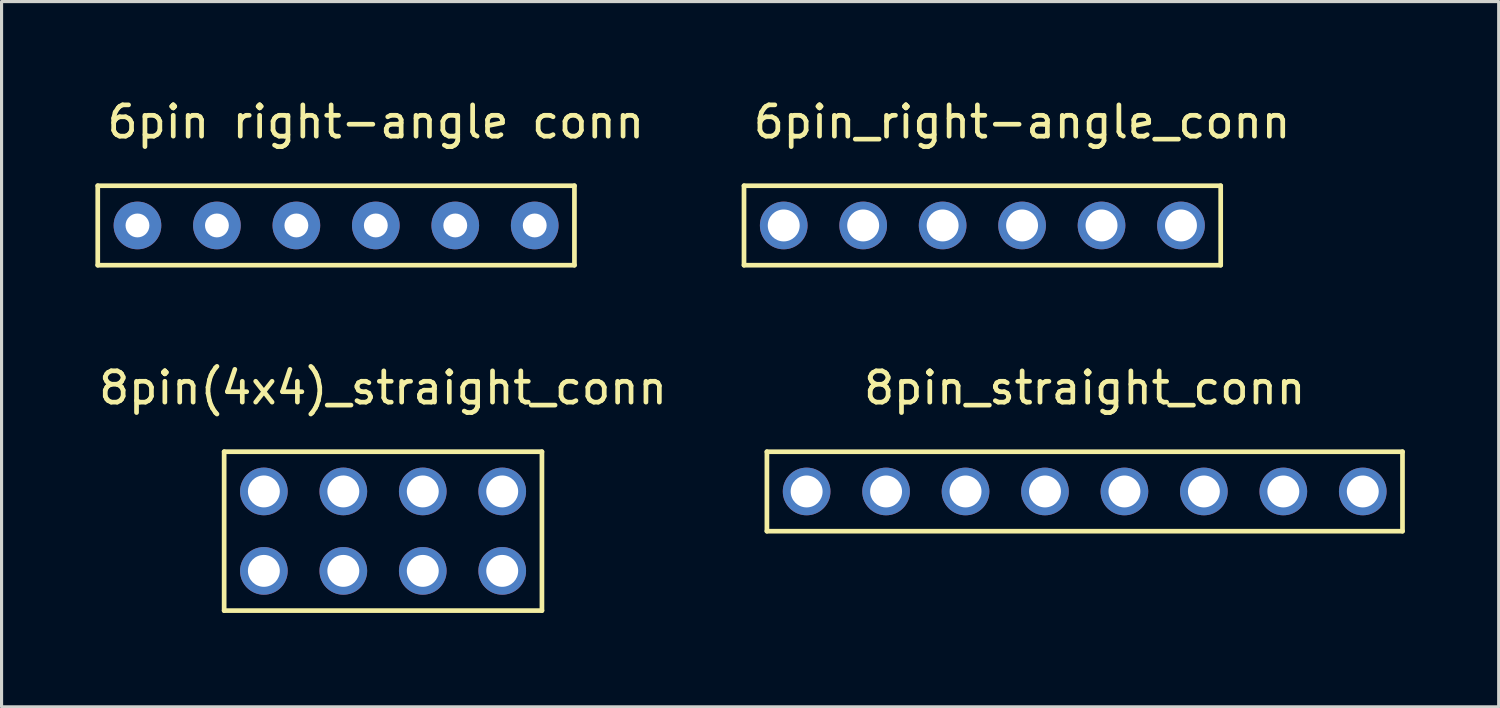
<source format=kicad_pcb>
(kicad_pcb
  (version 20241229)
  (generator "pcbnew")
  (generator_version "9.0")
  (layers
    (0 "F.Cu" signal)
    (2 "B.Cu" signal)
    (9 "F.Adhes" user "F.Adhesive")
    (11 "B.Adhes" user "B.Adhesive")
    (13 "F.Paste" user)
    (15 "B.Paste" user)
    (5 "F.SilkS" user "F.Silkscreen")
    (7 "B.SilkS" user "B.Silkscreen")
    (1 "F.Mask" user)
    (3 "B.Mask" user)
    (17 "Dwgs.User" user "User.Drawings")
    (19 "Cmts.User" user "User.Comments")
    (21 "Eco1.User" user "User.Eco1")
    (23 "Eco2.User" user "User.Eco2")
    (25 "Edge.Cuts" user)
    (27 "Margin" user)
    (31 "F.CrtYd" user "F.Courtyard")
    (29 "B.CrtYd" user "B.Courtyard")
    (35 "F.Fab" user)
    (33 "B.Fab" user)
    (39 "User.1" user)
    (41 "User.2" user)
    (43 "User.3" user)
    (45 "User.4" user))
  (footprint "8pin_straight_conn"
    (layer "F.Cu")
    (at 31.628 12.662)
    (property "Reference" "8pin_straight_conn" (at 0 -3.31 0) (layer "F.SilkS") (effects (font (size 1 1) (thickness 0.15))))
    (attr through_hole)
    (fp_line (start -10.16 -1.27) (end -10.16 1.27) (stroke (width 0.15) (type solid)) (layer "F.SilkS"))
    (fp_line (start -10.16 1.27) (end 10.16 1.27) (stroke (width 0.15) (type solid)) (layer "F.SilkS"))
    (fp_line (start 10.16 -1.27) (end -10.16 -1.27) (stroke (width 0.15) (type solid)) (layer "F.SilkS"))
    (fp_line (start 10.16 1.27) (end 10.16 -1.27) (stroke (width 0.15) (type solid)) (layer "F.SilkS"))
    (pad "1" thru_hole circle (at -8.89 0) (size 1.524 1.524) (drill 1.02) (layers "*.Cu" "*.Mask"))
    (pad "2" thru_hole circle (at -6.35 0) (size 1.524 1.524) (drill 1.02) (layers "*.Cu" "*.Mask"))
    (pad "3" thru_hole circle (at -3.81 0) (size 1.524 1.524) (drill 1.02) (layers "*.Cu" "*.Mask"))
    (pad "4" thru_hole circle (at -1.27 0) (size 1.524 1.524) (drill 1.02) (layers "*.Cu" "*.Mask"))
    (pad "5" thru_hole circle (at 1.27 0) (size 1.524 1.524) (drill 1.02) (layers "*.Cu" "*.Mask"))
    (pad "6" thru_hole circle (at 3.81 0) (size 1.524 1.524) (drill 1.02) (layers "*.Cu" "*.Mask"))
    (pad "7" thru_hole circle (at 6.35 0) (size 1.524 1.524) (drill 1.02) (layers "*.Cu" "*.Mask"))
    (pad "8" thru_hole circle (at 8.89 0) (size 1.524 1.524) (drill 1.02) (layers "*.Cu" "*.Mask")))
  (footprint "6pin_right-angle_conn"
    (layer "F.Cu")
    (at 28.356 4.158)
    (property "Reference" "6pin_right-angle_conn" (at 1.27 -3.31 0) (layer "F.SilkS") (effects (font (size 1 1) (thickness 0.15))))
    (attr through_hole)
    (fp_line (start -7.62 -1.27) (end -7.62 1.27) (stroke (width 0.15) (type solid)) (layer "F.SilkS"))
    (fp_line (start -7.62 1.27) (end 7.62 1.27) (stroke (width 0.15) (type solid)) (layer "F.SilkS"))
    (fp_line (start 7.62 -1.27) (end -7.62 -1.27) (stroke (width 0.15) (type solid)) (layer "F.SilkS"))
    (fp_line (start 7.62 1.27) (end 7.62 -1.27) (stroke (width 0.15) (type solid)) (layer "F.SilkS"))
    (pad "1" thru_hole circle (at -6.35 0) (size 1.524 1.524) (drill 1.02) (layers "*.Cu" "*.Mask"))
    (pad "2" thru_hole circle (at -3.81 0) (size 1.524 1.524) (drill 1.02) (layers "*.Cu" "*.Mask"))
    (pad "3" thru_hole circle (at -1.27 0) (size 1.524 1.524) (drill 1.02) (layers "*.Cu" "*.Mask"))
    (pad "4" thru_hole circle (at 1.27 0) (size 1.524 1.524) (drill 1.02) (layers "*.Cu" "*.Mask"))
    (pad "5" thru_hole circle (at 3.81 0) (size 1.524 1.524) (drill 1.02) (layers "*.Cu" "*.Mask"))
    (pad "6" thru_hole circle (at 6.35 0) (size 1.524 1.524) (drill 1.02) (layers "*.Cu" "*.Mask")))
  (footprint "8pin(4x4)_straight_conn"
    (layer "F.Cu")
    (at 9.196 13.931)
    (property "Reference" "8pin(4x4)_straight_conn" (at 0 -4.58 0) (layer "F.SilkS") (effects (font (size 1 1) (thickness 0.15))))
    (attr through_hole)
    (fp_line (start -5.08 -2.54) (end -5.08 2.54) (stroke (width 0.15) (type solid)) (layer "F.SilkS"))
    (fp_line (start -5.08 2.54) (end 5.08 2.54) (stroke (width 0.15) (type solid)) (layer "F.SilkS"))
    (fp_line (start 5.08 -2.54) (end -5.08 -2.54) (stroke (width 0.15) (type solid)) (layer "F.SilkS"))
    (fp_line (start 5.08 2.54) (end 5.08 -2.54) (stroke (width 0.15) (type solid)) (layer "F.SilkS"))
    (pad "1" thru_hole circle (at -3.81 1.27) (size 1.524 1.524) (drill 1.02) (layers "*.Cu" "*.Mask"))
    (pad "2" thru_hole circle (at -1.27 1.27) (size 1.524 1.524) (drill 1.02) (layers "*.Cu" "*.Mask"))
    (pad "3" thru_hole circle (at 1.27 1.27) (size 1.524 1.524) (drill 1.02) (layers "*.Cu" "*.Mask"))
    (pad "4" thru_hole circle (at 3.81 1.27) (size 1.524 1.524) (drill 1.02) (layers "*.Cu" "*.Mask"))
    (pad "5" thru_hole circle (at 3.81 -1.27) (size 1.524 1.524) (drill 1.02) (layers "*.Cu" "*.Mask"))
    (pad "6" thru_hole circle (at 1.27 -1.27) (size 1.524 1.524) (drill 1.02) (layers "*.Cu" "*.Mask"))
    (pad "7" thru_hole circle (at -1.27 -1.27) (size 1.524 1.524) (drill 1.02) (layers "*.Cu" "*.Mask"))
    (pad "8" thru_hole circle (at -3.81 -1.27) (size 1.524 1.524) (drill 1.02) (layers "*.Cu" "*.Mask")))
  (footprint "6pin right-angle conn"
    (layer "F.Cu")
    (at 7.695 4.158)
    (property "Reference" "6pin right-angle conn" (at 1.27 -3.31 0) (layer "F.SilkS") (effects (font (size 1 1) (thickness 0.15))))
    (attr through_hole)
    (fp_line (start -7.62 -1.27) (end -7.62 1.27) (stroke (width 0.15) (type solid)) (layer "F.SilkS"))
    (fp_line (start -7.62 1.27) (end 7.62 1.27) (stroke (width 0.15) (type solid)) (layer "F.SilkS"))
    (fp_line (start 7.62 -1.27) (end -7.62 -1.27) (stroke (width 0.15) (type solid)) (layer "F.SilkS"))
    (fp_line (start 7.62 1.27) (end 7.62 -1.27) (stroke (width 0.15) (type solid)) (layer "F.SilkS"))
    (pad "1" thru_hole circle (at -6.35 0) (size 1.524 1.524) (drill 0.762) (layers "*.Cu" "*.Mask"))
    (pad "2" thru_hole circle (at -3.81 0) (size 1.524 1.524) (drill 0.762) (layers "*.Cu" "*.Mask"))
    (pad "3" thru_hole circle (at -1.27 0) (size 1.524 1.524) (drill 0.762) (layers "*.Cu" "*.Mask"))
    (pad "4" thru_hole circle (at 1.27 0) (size 1.524 1.524) (drill 0.762) (layers "*.Cu" "*.Mask"))
    (pad "5" thru_hole circle (at 3.81 0) (size 1.524 1.524) (drill 0.762) (layers "*.Cu" "*.Mask"))
    (pad "6" thru_hole circle (at 6.35 0) (size 1.524 1.524) (drill 0.762) (layers "*.Cu" "*.Mask")))
  (gr_rect
    (start -3 -3)
    (end 44.863 19.547)
    (stroke (width 0.1) (type default))
    (fill no)
    (layer "Edge.Cuts")))
</source>
